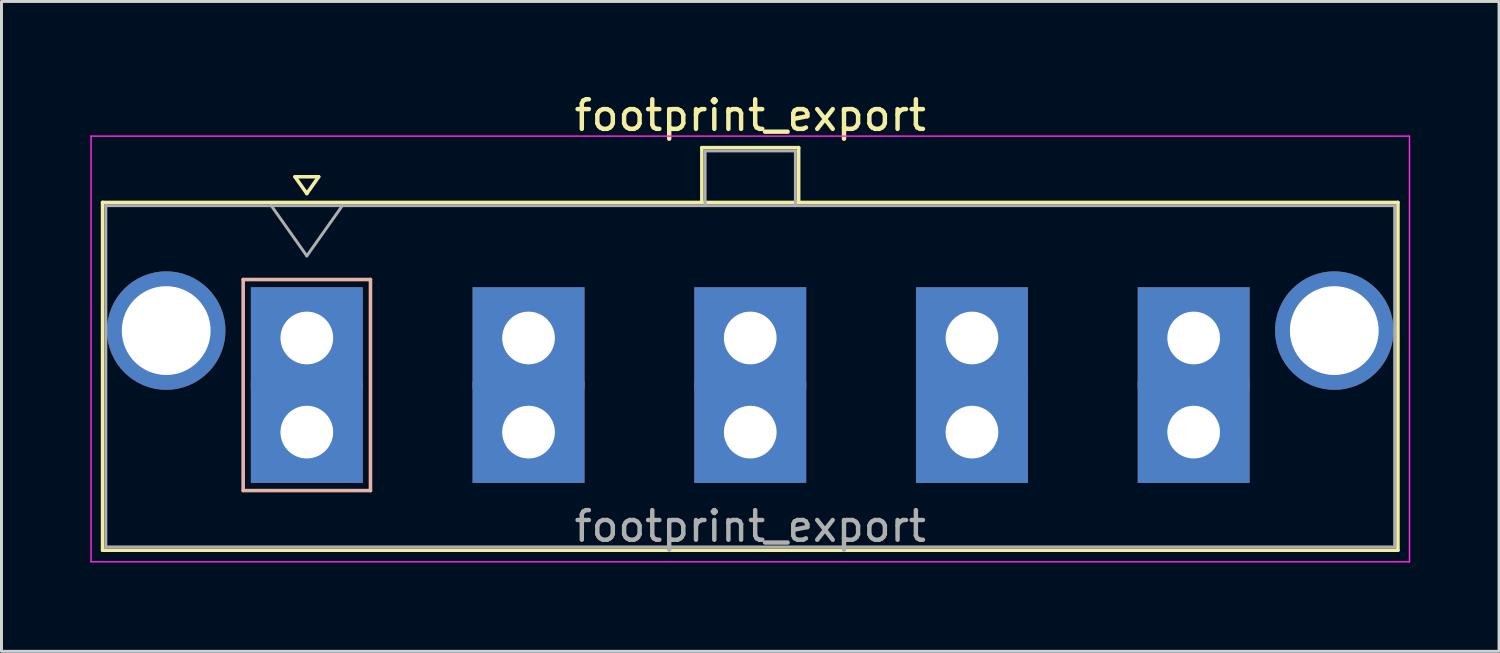
<source format=kicad_pcb>
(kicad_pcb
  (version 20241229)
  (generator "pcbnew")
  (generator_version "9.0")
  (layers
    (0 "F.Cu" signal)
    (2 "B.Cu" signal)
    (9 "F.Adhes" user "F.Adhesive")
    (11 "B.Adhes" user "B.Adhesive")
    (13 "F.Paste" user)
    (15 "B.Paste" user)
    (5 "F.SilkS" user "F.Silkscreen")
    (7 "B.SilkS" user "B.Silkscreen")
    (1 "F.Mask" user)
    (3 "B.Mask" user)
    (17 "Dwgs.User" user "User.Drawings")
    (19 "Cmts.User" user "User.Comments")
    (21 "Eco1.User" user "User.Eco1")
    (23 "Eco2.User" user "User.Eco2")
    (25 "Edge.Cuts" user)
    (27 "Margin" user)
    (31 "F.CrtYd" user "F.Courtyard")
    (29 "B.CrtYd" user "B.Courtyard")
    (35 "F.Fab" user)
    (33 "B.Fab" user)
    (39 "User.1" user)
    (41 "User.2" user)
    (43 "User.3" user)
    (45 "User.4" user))
  (footprint "footprint_export"
    (layer "F.Cu")
    (at 7.315 11.548)
    (property "Reference" "footprint_export" (at 14.98 -10.7 0) (layer "F.SilkS") (effects (font (size 1 1) (thickness 0.15))))
    (attr through_hole)
    (fp_line (start -6.9 -7.76) (end -6.9 3.99) (stroke (width 0.12) (type solid)) (layer "F.SilkS"))
    (fp_line (start -6.9 3.99) (end 36.86 3.99) (stroke (width 0.12) (type solid)) (layer "F.SilkS"))
    (fp_line (start -0.4 -8.626) (end 0 -8.06) (stroke (width 0.12) (type solid)) (layer "F.SilkS"))
    (fp_line (start 0 -8.06) (end 0.4 -8.626) (stroke (width 0.12) (type solid)) (layer "F.SilkS"))
    (fp_line (start 0.4 -8.626) (end -0.4 -8.626) (stroke (width 0.12) (type solid)) (layer "F.SilkS"))
    (fp_line (start 13.345 -9.61) (end 16.615 -9.61) (stroke (width 0.12) (type solid)) (layer "F.SilkS"))
    (fp_line (start 13.345 -7.76) (end 13.345 -9.61) (stroke (width 0.12) (type solid)) (layer "F.SilkS"))
    (fp_line (start 16.615 -9.61) (end 16.615 -7.76) (stroke (width 0.12) (type solid)) (layer "F.SilkS"))
    (fp_line (start 36.86 -7.76) (end -6.9 -7.76) (stroke (width 0.12) (type solid)) (layer "F.SilkS"))
    (fp_line (start 36.86 3.99) (end 36.86 -7.76) (stroke (width 0.12) (type solid)) (layer "F.SilkS"))
    (fp_line (start -2.15 -5.155) (end -2.15 1.975) (stroke (width 0.12) (type solid)) (layer "B.SilkS"))
    (fp_line (start -2.15 1.975) (end 2.15 1.975) (stroke (width 0.12) (type solid)) (layer "B.SilkS"))
    (fp_line (start 2.15 -5.155) (end -2.15 -5.155) (stroke (width 0.12) (type solid)) (layer "B.SilkS"))
    (fp_line (start 2.15 1.975) (end 2.15 -5.155) (stroke (width 0.12) (type solid)) (layer "B.SilkS"))
    (fp_line (start -7.29 -10) (end -7.29 4.38) (stroke (width 0.05) (type solid)) (layer "F.CrtYd"))
    (fp_line (start -7.29 4.38) (end 37.25 4.38) (stroke (width 0.05) (type solid)) (layer "F.CrtYd"))
    (fp_line (start 37.25 -10) (end -7.29 -10) (stroke (width 0.05) (type solid)) (layer "F.CrtYd"))
    (fp_line (start 37.25 4.38) (end 37.25 -10) (stroke (width 0.05) (type solid)) (layer "F.CrtYd"))
    (fp_line (start -6.79 -7.65) (end -6.79 3.88) (stroke (width 0.1) (type solid)) (layer "F.Fab"))
    (fp_line (start -6.79 3.88) (end 36.75 3.88) (stroke (width 0.1) (type solid)) (layer "F.Fab"))
    (fp_line (start -1.2 -7.65) (end 0 -5.953) (stroke (width 0.1) (type solid)) (layer "F.Fab"))
    (fp_line (start 0 -5.953) (end 1.2 -7.65) (stroke (width 0.1) (type solid)) (layer "F.Fab"))
    (fp_line (start 13.455 -9.5) (end 16.505 -9.5) (stroke (width 0.1) (type solid)) (layer "F.Fab"))
    (fp_line (start 13.455 -7.65) (end 13.455 -9.5) (stroke (width 0.1) (type solid)) (layer "F.Fab"))
    (fp_line (start 16.505 -9.5) (end 16.505 -7.65) (stroke (width 0.1) (type solid)) (layer "F.Fab"))
    (fp_line (start 36.75 -7.65) (end -6.79 -7.65) (stroke (width 0.1) (type solid)) (layer "F.Fab"))
    (fp_line (start 36.75 3.88) (end 36.75 -7.65) (stroke (width 0.1) (type solid)) (layer "F.Fab"))
    (fp_text user "${REFERENCE}" (at 14.98 3.18 0) (layer "F.Fab") (effects (font (size 1 1) (thickness 0.15))))
    (pad "" thru_hole circle (at -4.75 -3.43) (size 4 4) (drill 3) (layers "*.Cu" "*.Mask"))
    (pad "" thru_hole circle (at 34.71 -3.43) (size 4 4) (drill 3) (layers "*.Cu" "*.Mask"))
    (pad "1" thru_hole rect (at 0 -3.18) (size 3.78 3.43) (drill 1.78) (layers "*.Cu" "*.Mask"))
    (pad "1" thru_hole rect (at 0 0) (size 3.78 3.43) (drill 1.78) (layers "*.Cu" "*.Mask"))
    (pad "2" thru_hole rect (at 7.49 -3.18) (size 3.78 3.43) (drill 1.78) (layers "*.Cu" "*.Mask"))
    (pad "2" thru_hole rect (at 7.49 0) (size 3.78 3.43) (drill 1.78) (layers "*.Cu" "*.Mask"))
    (pad "3" thru_hole rect (at 14.98 -3.18) (size 3.78 3.43) (drill 1.78) (layers "*.Cu" "*.Mask"))
    (pad "3" thru_hole rect (at 14.98 0) (size 3.78 3.43) (drill 1.78) (layers "*.Cu" "*.Mask"))
    (pad "4" thru_hole rect (at 22.47 -3.18) (size 3.78 3.43) (drill 1.78) (layers "*.Cu" "*.Mask"))
    (pad "4" thru_hole rect (at 22.47 0) (size 3.78 3.43) (drill 1.78) (layers "*.Cu" "*.Mask"))
    (pad "5" thru_hole rect (at 29.96 -3.18) (size 3.78 3.43) (drill 1.78) (layers "*.Cu" "*.Mask"))
    (pad "5" thru_hole rect (at 29.96 0) (size 3.78 3.43) (drill 1.78) (layers "*.Cu" "*.Mask")))
  (gr_rect
    (start -3 -3)
    (end 47.59 18.953)
    (stroke (width 0.1) (type default))
    (fill no)
    (layer "Edge.Cuts")))
</source>
